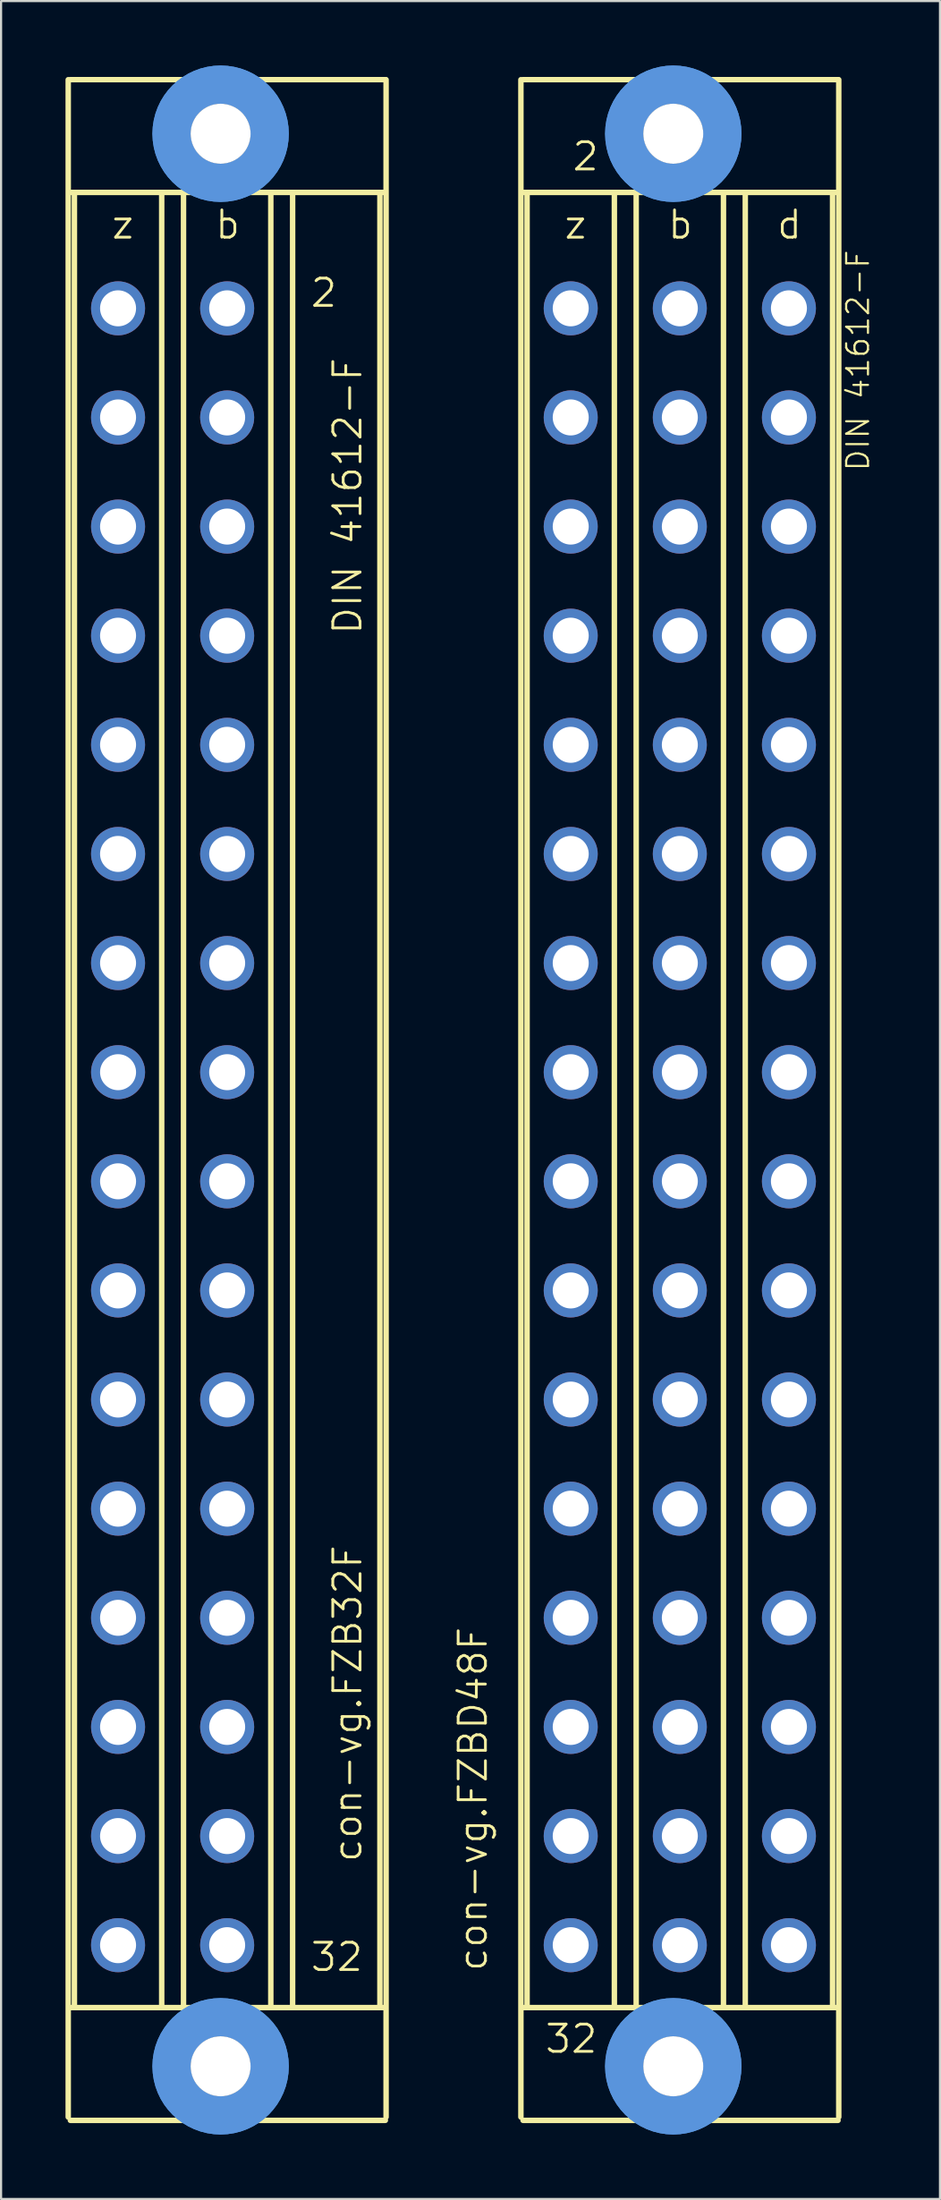
<source format=kicad_pcb>
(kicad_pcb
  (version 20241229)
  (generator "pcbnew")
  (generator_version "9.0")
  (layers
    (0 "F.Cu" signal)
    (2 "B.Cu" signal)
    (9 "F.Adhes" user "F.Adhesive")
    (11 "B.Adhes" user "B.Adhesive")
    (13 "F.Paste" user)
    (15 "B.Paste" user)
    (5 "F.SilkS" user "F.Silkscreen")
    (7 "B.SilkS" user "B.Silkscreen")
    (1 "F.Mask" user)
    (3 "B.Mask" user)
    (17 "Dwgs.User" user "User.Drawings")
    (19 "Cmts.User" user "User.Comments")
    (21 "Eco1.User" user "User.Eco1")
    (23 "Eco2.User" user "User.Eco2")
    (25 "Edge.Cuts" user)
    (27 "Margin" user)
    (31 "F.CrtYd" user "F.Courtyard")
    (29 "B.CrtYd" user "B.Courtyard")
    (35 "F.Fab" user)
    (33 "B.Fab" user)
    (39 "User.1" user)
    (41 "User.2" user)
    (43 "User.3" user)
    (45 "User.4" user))
  (footprint "con-vg.FZBD48F"
    (layer "F.Cu")
    (at 28.604 48.158)
    (property "Reference" "con-vg.FZBD48F" (at -8.89 40.64 90) (layer "F.SilkS") (effects (font (size 1.27 1.27) (thickness 0.13)) (justify left bottom)))
    (attr through_hole)
    (fp_line (start -7.4 47.346) (end -7.4 -47.498) (stroke (width 0.254) (type default)) (layer "F.SilkS"))
    (fp_line (start -7.3 -47.5) (end 7.366 -47.5) (stroke (width 0.254) (type default)) (layer "F.SilkS"))
    (fp_line (start -7.3 -42.25) (end 7.366 -42.25) (stroke (width 0.254) (type default)) (layer "F.SilkS"))
    (fp_line (start -7.3 42.25) (end 7.366 42.25) (stroke (width 0.254) (type default)) (layer "F.SilkS"))
    (fp_line (start -7.3 47.5) (end 7.366 47.5) (stroke (width 0.254) (type default)) (layer "F.SilkS"))
    (fp_line (start -7.112 -42.164) (end -7.112 42.164) (stroke (width 0.254) (type default)) (layer "F.SilkS"))
    (fp_line (start -3.048 -42.164) (end -3.048 42.164) (stroke (width 0.254) (type default)) (layer "F.SilkS"))
    (fp_line (start -2.032 -42.164) (end -2.032 42.164) (stroke (width 0.254) (type default)) (layer "F.SilkS"))
    (fp_line (start 2.032 -42.164) (end 2.032 42.164) (stroke (width 0.254) (type default)) (layer "F.SilkS"))
    (fp_line (start 3.048 -42.164) (end 3.048 42.164) (stroke (width 0.254) (type default)) (layer "F.SilkS"))
    (fp_line (start 7.112 -42.164) (end 7.112 42.164) (stroke (width 0.254) (type default)) (layer "F.SilkS"))
    (fp_line (start 7.4 47.346) (end 7.4 -47.498) (stroke (width 0.254) (type default)) (layer "F.SilkS"))
    (fp_circle (center -0.305 -44.983) (end 1.981 -44.983) (stroke (width 1.778) (type default)) (fill no) (layer "Cmts.User"))
    (fp_circle (center -0.305 -44.983) (end 1.981 -44.983) (stroke (width 1.778) (type default)) (fill no) (layer "Cmts.User"))
    (fp_circle (center -0.305 44.983) (end 1.981 44.983) (stroke (width 1.778) (type default)) (fill no) (layer "Cmts.User"))
    (fp_circle (center -0.305 44.983) (end 1.981 44.983) (stroke (width 1.778) (type default)) (fill no) (layer "Cmts.User"))
    (fp_text user "z" (at -5.461 -40.005 0) (layer "F.SilkS") (effects (font (size 1.27 1.27) (thickness 0.13)) (justify left bottom)))
    (fp_text user "d" (at 4.445 -40.005 0) (layer "F.SilkS") (effects (font (size 1.27 1.27) (thickness 0.13)) (justify left bottom)))
    (fp_text user "DIN 41612-F" (at 8.89 -29.21 90) (layer "F.SilkS") (effects (font (size 1.016 1.016) (thickness 0.1)) (justify left bottom)))
    (fp_text user "b" (at -0.635 -40.005 0) (layer "F.SilkS") (effects (font (size 1.27 1.27) (thickness 0.13)) (justify left bottom)))
    (fp_text user "32" (at -6.35 44.45 0) (layer "F.SilkS") (effects (font (size 1.27 1.27) (thickness 0.13)) (justify left bottom)))
    (fp_text user "2" (at -5.08 -43.18 0) (layer "F.SilkS") (effects (font (size 1.27 1.27) (thickness 0.13)) (justify left bottom)))
    (pad "" np_thru_hole circle (at -0.305 -44.983) (size 2.794 2.794) (drill 2.794) (layers "*.Cu" "*.Mask"))
    (pad "" np_thru_hole circle (at -0.305 44.983) (size 2.794 2.794) (drill 2.794) (layers "*.Cu" "*.Mask"))
    (pad "B2" thru_hole circle (at 0 -36.855) (size 2.515 2.515) (drill 1.676) (layers "*.Cu" "*.Mask"))
    (pad "B4" thru_hole circle (at 0 -31.775) (size 2.515 2.515) (drill 1.676) (layers "*.Cu" "*.Mask"))
    (pad "B6" thru_hole circle (at 0 -26.695) (size 2.515 2.515) (drill 1.676) (layers "*.Cu" "*.Mask"))
    (pad "B8" thru_hole circle (at 0 -21.615) (size 2.515 2.515) (drill 1.676) (layers "*.Cu" "*.Mask"))
    (pad "B10" thru_hole circle (at 0 -16.535) (size 2.515 2.515) (drill 1.676) (layers "*.Cu" "*.Mask"))
    (pad "B12" thru_hole circle (at 0 -11.455) (size 2.515 2.515) (drill 1.676) (layers "*.Cu" "*.Mask"))
    (pad "B14" thru_hole circle (at 0 -6.375) (size 2.515 2.515) (drill 1.676) (layers "*.Cu" "*.Mask"))
    (pad "B16" thru_hole circle (at 0 -1.295) (size 2.515 2.515) (drill 1.676) (layers "*.Cu" "*.Mask"))
    (pad "B18" thru_hole circle (at 0 3.785) (size 2.515 2.515) (drill 1.676) (layers "*.Cu" "*.Mask"))
    (pad "B20" thru_hole circle (at 0 8.865) (size 2.515 2.515) (drill 1.676) (layers "*.Cu" "*.Mask"))
    (pad "B22" thru_hole circle (at 0 13.945) (size 2.515 2.515) (drill 1.676) (layers "*.Cu" "*.Mask"))
    (pad "B24" thru_hole circle (at 0 19.025) (size 2.515 2.515) (drill 1.676) (layers "*.Cu" "*.Mask"))
    (pad "B26" thru_hole circle (at 0 24.105) (size 2.515 2.515) (drill 1.676) (layers "*.Cu" "*.Mask"))
    (pad "B28" thru_hole circle (at 0 29.185) (size 2.515 2.515) (drill 1.676) (layers "*.Cu" "*.Mask"))
    (pad "B30" thru_hole circle (at 0 34.265) (size 2.515 2.515) (drill 1.676) (layers "*.Cu" "*.Mask"))
    (pad "B32" thru_hole circle (at 0 39.345) (size 2.515 2.515) (drill 1.676) (layers "*.Cu" "*.Mask"))
    (pad "D2" thru_hole circle (at 5.08 -36.855) (size 2.515 2.515) (drill 1.676) (layers "*.Cu" "*.Mask"))
    (pad "D4" thru_hole circle (at 5.08 -31.775) (size 2.515 2.515) (drill 1.676) (layers "*.Cu" "*.Mask"))
    (pad "D6" thru_hole circle (at 5.08 -26.695) (size 2.515 2.515) (drill 1.676) (layers "*.Cu" "*.Mask"))
    (pad "D8" thru_hole circle (at 5.08 -21.615) (size 2.515 2.515) (drill 1.676) (layers "*.Cu" "*.Mask"))
    (pad "D10" thru_hole circle (at 5.08 -16.535) (size 2.515 2.515) (drill 1.676) (layers "*.Cu" "*.Mask"))
    (pad "D12" thru_hole circle (at 5.08 -11.455) (size 2.515 2.515) (drill 1.676) (layers "*.Cu" "*.Mask"))
    (pad "D14" thru_hole circle (at 5.08 -6.375) (size 2.515 2.515) (drill 1.676) (layers "*.Cu" "*.Mask"))
    (pad "D16" thru_hole circle (at 5.08 -1.295) (size 2.515 2.515) (drill 1.676) (layers "*.Cu" "*.Mask"))
    (pad "D18" thru_hole circle (at 5.08 3.785) (size 2.515 2.515) (drill 1.676) (layers "*.Cu" "*.Mask"))
    (pad "D20" thru_hole circle (at 5.08 8.865) (size 2.515 2.515) (drill 1.676) (layers "*.Cu" "*.Mask"))
    (pad "D22" thru_hole circle (at 5.08 13.945) (size 2.515 2.515) (drill 1.676) (layers "*.Cu" "*.Mask"))
    (pad "D24" thru_hole circle (at 5.08 19.025) (size 2.515 2.515) (drill 1.676) (layers "*.Cu" "*.Mask"))
    (pad "D26" thru_hole circle (at 5.08 24.105) (size 2.515 2.515) (drill 1.676) (layers "*.Cu" "*.Mask"))
    (pad "D28" thru_hole circle (at 5.08 29.185) (size 2.515 2.515) (drill 1.676) (layers "*.Cu" "*.Mask"))
    (pad "D30" thru_hole circle (at 5.08 34.265) (size 2.515 2.515) (drill 1.676) (layers "*.Cu" "*.Mask"))
    (pad "D32" thru_hole circle (at 5.08 39.345) (size 2.515 2.515) (drill 1.676) (layers "*.Cu" "*.Mask"))
    (pad "Z2" thru_hole circle (at -5.08 -36.855) (size 2.515 2.515) (drill 1.676) (layers "*.Cu" "*.Mask"))
    (pad "Z4" thru_hole circle (at -5.08 -31.775) (size 2.515 2.515) (drill 1.676) (layers "*.Cu" "*.Mask"))
    (pad "Z6" thru_hole circle (at -5.08 -26.695) (size 2.515 2.515) (drill 1.676) (layers "*.Cu" "*.Mask"))
    (pad "Z8" thru_hole circle (at -5.08 -21.615) (size 2.515 2.515) (drill 1.676) (layers "*.Cu" "*.Mask"))
    (pad "Z10" thru_hole circle (at -5.08 -16.535) (size 2.515 2.515) (drill 1.676) (layers "*.Cu" "*.Mask"))
    (pad "Z12" thru_hole circle (at -5.08 -11.455) (size 2.515 2.515) (drill 1.676) (layers "*.Cu" "*.Mask"))
    (pad "Z14" thru_hole circle (at -5.08 -6.375) (size 2.515 2.515) (drill 1.676) (layers "*.Cu" "*.Mask"))
    (pad "Z16" thru_hole circle (at -5.08 -1.295) (size 2.515 2.515) (drill 1.676) (layers "*.Cu" "*.Mask"))
    (pad "Z18" thru_hole circle (at -5.08 3.785) (size 2.515 2.515) (drill 1.676) (layers "*.Cu" "*.Mask"))
    (pad "Z20" thru_hole circle (at -5.08 8.865) (size 2.515 2.515) (drill 1.676) (layers "*.Cu" "*.Mask"))
    (pad "Z22" thru_hole circle (at -5.08 13.945) (size 2.515 2.515) (drill 1.676) (layers "*.Cu" "*.Mask"))
    (pad "Z24" thru_hole circle (at -5.08 19.025) (size 2.515 2.515) (drill 1.676) (layers "*.Cu" "*.Mask"))
    (pad "Z26" thru_hole circle (at -5.08 24.105) (size 2.515 2.515) (drill 1.676) (layers "*.Cu" "*.Mask"))
    (pad "Z28" thru_hole circle (at -5.08 29.185) (size 2.515 2.515) (drill 1.676) (layers "*.Cu" "*.Mask"))
    (pad "Z30" thru_hole circle (at -5.08 34.265) (size 2.515 2.515) (drill 1.676) (layers "*.Cu" "*.Mask"))
    (pad "Z32" thru_hole circle (at -5.08 39.345) (size 2.515 2.515) (drill 1.676) (layers "*.Cu" "*.Mask")))
  (footprint "con-vg.FZB32F"
    (layer "F.Cu")
    (at 7.527 48.158)
    (property "Reference" "con-vg.FZB32F" (at 6.35 35.56 90) (layer "F.SilkS") (effects (font (size 1.27 1.27) (thickness 0.13)) (justify left bottom)))
    (attr through_hole)
    (fp_line (start -7.4 47.346) (end -7.4 -47.498) (stroke (width 0.254) (type default)) (layer "F.SilkS"))
    (fp_line (start -7.3 -47.5) (end 7.366 -47.5) (stroke (width 0.254) (type default)) (layer "F.SilkS"))
    (fp_line (start -7.3 -42.25) (end 7.366 -42.25) (stroke (width 0.254) (type default)) (layer "F.SilkS"))
    (fp_line (start -7.3 42.25) (end 7.366 42.25) (stroke (width 0.254) (type default)) (layer "F.SilkS"))
    (fp_line (start -7.3 47.5) (end 7.366 47.5) (stroke (width 0.254) (type default)) (layer "F.SilkS"))
    (fp_line (start -7.112 -42.164) (end -7.112 42.164) (stroke (width 0.254) (type default)) (layer "F.SilkS"))
    (fp_line (start -3.048 -42.164) (end -3.048 42.164) (stroke (width 0.254) (type default)) (layer "F.SilkS"))
    (fp_line (start -2.032 -42.164) (end -2.032 42.164) (stroke (width 0.254) (type default)) (layer "F.SilkS"))
    (fp_line (start 2.032 -42.164) (end 2.032 42.164) (stroke (width 0.254) (type default)) (layer "F.SilkS"))
    (fp_line (start 3.048 -42.164) (end 3.048 42.164) (stroke (width 0.254) (type default)) (layer "F.SilkS"))
    (fp_line (start 7.112 -42.164) (end 7.112 42.164) (stroke (width 0.254) (type default)) (layer "F.SilkS"))
    (fp_line (start 7.4 47.346) (end 7.4 -47.498) (stroke (width 0.254) (type default)) (layer "F.SilkS"))
    (fp_circle (center -0.305 -44.983) (end 1.981 -44.983) (stroke (width 1.778) (type default)) (fill no) (layer "Cmts.User"))
    (fp_circle (center -0.305 -44.983) (end 1.981 -44.983) (stroke (width 1.778) (type default)) (fill no) (layer "Cmts.User"))
    (fp_circle (center -0.305 44.983) (end 1.981 44.983) (stroke (width 1.778) (type default)) (fill no) (layer "Cmts.User"))
    (fp_circle (center -0.305 44.983) (end 1.981 44.983) (stroke (width 1.778) (type default)) (fill no) (layer "Cmts.User"))
    (fp_text user "2" (at 3.81 -36.83 0) (layer "F.SilkS") (effects (font (size 1.27 1.27) (thickness 0.13)) (justify left bottom)))
    (fp_text user "b" (at -0.635 -40.005 0) (layer "F.SilkS") (effects (font (size 1.27 1.27) (thickness 0.13)) (justify left bottom)))
    (fp_text user "32" (at 3.81 40.64 0) (layer "F.SilkS") (effects (font (size 1.27 1.27) (thickness 0.13)) (justify left bottom)))
    (fp_text user "DIN 41612-F" (at 6.35 -21.59 90) (layer "F.SilkS") (effects (font (size 1.27 1.27) (thickness 0.13)) (justify left bottom)))
    (fp_text user "z" (at -5.461 -40.005 0) (layer "F.SilkS") (effects (font (size 1.27 1.27) (thickness 0.13)) (justify left bottom)))
    (pad "" np_thru_hole circle (at -0.305 -44.983) (size 2.794 2.794) (drill 2.794) (layers "*.Cu" "*.Mask"))
    (pad "" np_thru_hole circle (at -0.305 44.983) (size 2.794 2.794) (drill 2.794) (layers "*.Cu" "*.Mask"))
    (pad "B2" thru_hole circle (at 0 -36.855) (size 2.515 2.515) (drill 1.676) (layers "*.Cu" "*.Mask"))
    (pad "B4" thru_hole circle (at 0 -31.775) (size 2.515 2.515) (drill 1.676) (layers "*.Cu" "*.Mask"))
    (pad "B6" thru_hole circle (at 0 -26.695) (size 2.515 2.515) (drill 1.676) (layers "*.Cu" "*.Mask"))
    (pad "B8" thru_hole circle (at 0 -21.615) (size 2.515 2.515) (drill 1.676) (layers "*.Cu" "*.Mask"))
    (pad "B10" thru_hole circle (at 0 -16.535) (size 2.515 2.515) (drill 1.676) (layers "*.Cu" "*.Mask"))
    (pad "B12" thru_hole circle (at 0 -11.455) (size 2.515 2.515) (drill 1.676) (layers "*.Cu" "*.Mask"))
    (pad "B14" thru_hole circle (at 0 -6.375) (size 2.515 2.515) (drill 1.676) (layers "*.Cu" "*.Mask"))
    (pad "B16" thru_hole circle (at 0 -1.295) (size 2.515 2.515) (drill 1.676) (layers "*.Cu" "*.Mask"))
    (pad "B18" thru_hole circle (at 0 3.785) (size 2.515 2.515) (drill 1.676) (layers "*.Cu" "*.Mask"))
    (pad "B20" thru_hole circle (at 0 8.865) (size 2.515 2.515) (drill 1.676) (layers "*.Cu" "*.Mask"))
    (pad "B22" thru_hole circle (at 0 13.945) (size 2.515 2.515) (drill 1.676) (layers "*.Cu" "*.Mask"))
    (pad "B24" thru_hole circle (at 0 19.025) (size 2.515 2.515) (drill 1.676) (layers "*.Cu" "*.Mask"))
    (pad "B26" thru_hole circle (at 0 24.105) (size 2.515 2.515) (drill 1.676) (layers "*.Cu" "*.Mask"))
    (pad "B28" thru_hole circle (at 0 29.185) (size 2.515 2.515) (drill 1.676) (layers "*.Cu" "*.Mask"))
    (pad "B30" thru_hole circle (at 0 34.265) (size 2.515 2.515) (drill 1.676) (layers "*.Cu" "*.Mask"))
    (pad "B32" thru_hole circle (at 0 39.345) (size 2.515 2.515) (drill 1.676) (layers "*.Cu" "*.Mask"))
    (pad "Z2" thru_hole circle (at -5.08 -36.855) (size 2.515 2.515) (drill 1.676) (layers "*.Cu" "*.Mask"))
    (pad "Z4" thru_hole circle (at -5.08 -31.775) (size 2.515 2.515) (drill 1.676) (layers "*.Cu" "*.Mask"))
    (pad "Z6" thru_hole circle (at -5.08 -26.695) (size 2.515 2.515) (drill 1.676) (layers "*.Cu" "*.Mask"))
    (pad "Z8" thru_hole circle (at -5.08 -21.615) (size 2.515 2.515) (drill 1.676) (layers "*.Cu" "*.Mask"))
    (pad "Z10" thru_hole circle (at -5.08 -16.535) (size 2.515 2.515) (drill 1.676) (layers "*.Cu" "*.Mask"))
    (pad "Z12" thru_hole circle (at -5.08 -11.455) (size 2.515 2.515) (drill 1.676) (layers "*.Cu" "*.Mask"))
    (pad "Z14" thru_hole circle (at -5.08 -6.375) (size 2.515 2.515) (drill 1.676) (layers "*.Cu" "*.Mask"))
    (pad "Z16" thru_hole circle (at -5.08 -1.295) (size 2.515 2.515) (drill 1.676) (layers "*.Cu" "*.Mask"))
    (pad "Z18" thru_hole circle (at -5.08 3.785) (size 2.515 2.515) (drill 1.676) (layers "*.Cu" "*.Mask"))
    (pad "Z20" thru_hole circle (at -5.08 8.865) (size 2.515 2.515) (drill 1.676) (layers "*.Cu" "*.Mask"))
    (pad "Z22" thru_hole circle (at -5.08 13.945) (size 2.515 2.515) (drill 1.676) (layers "*.Cu" "*.Mask"))
    (pad "Z24" thru_hole circle (at -5.08 19.025) (size 2.515 2.515) (drill 1.676) (layers "*.Cu" "*.Mask"))
    (pad "Z26" thru_hole circle (at -5.08 24.105) (size 2.515 2.515) (drill 1.676) (layers "*.Cu" "*.Mask"))
    (pad "Z28" thru_hole circle (at -5.08 29.185) (size 2.515 2.515) (drill 1.676) (layers "*.Cu" "*.Mask"))
    (pad "Z30" thru_hole circle (at -5.08 34.265) (size 2.515 2.515) (drill 1.676) (layers "*.Cu" "*.Mask"))
    (pad "Z32" thru_hole circle (at -5.08 39.345) (size 2.515 2.515) (drill 1.676) (layers "*.Cu" "*.Mask")))
  (gr_rect
    (start -3 -3)
    (end 40.718 99.317)
    (stroke (width 0.1) (type default))
    (fill no)
    (layer "Edge.Cuts")))
</source>
